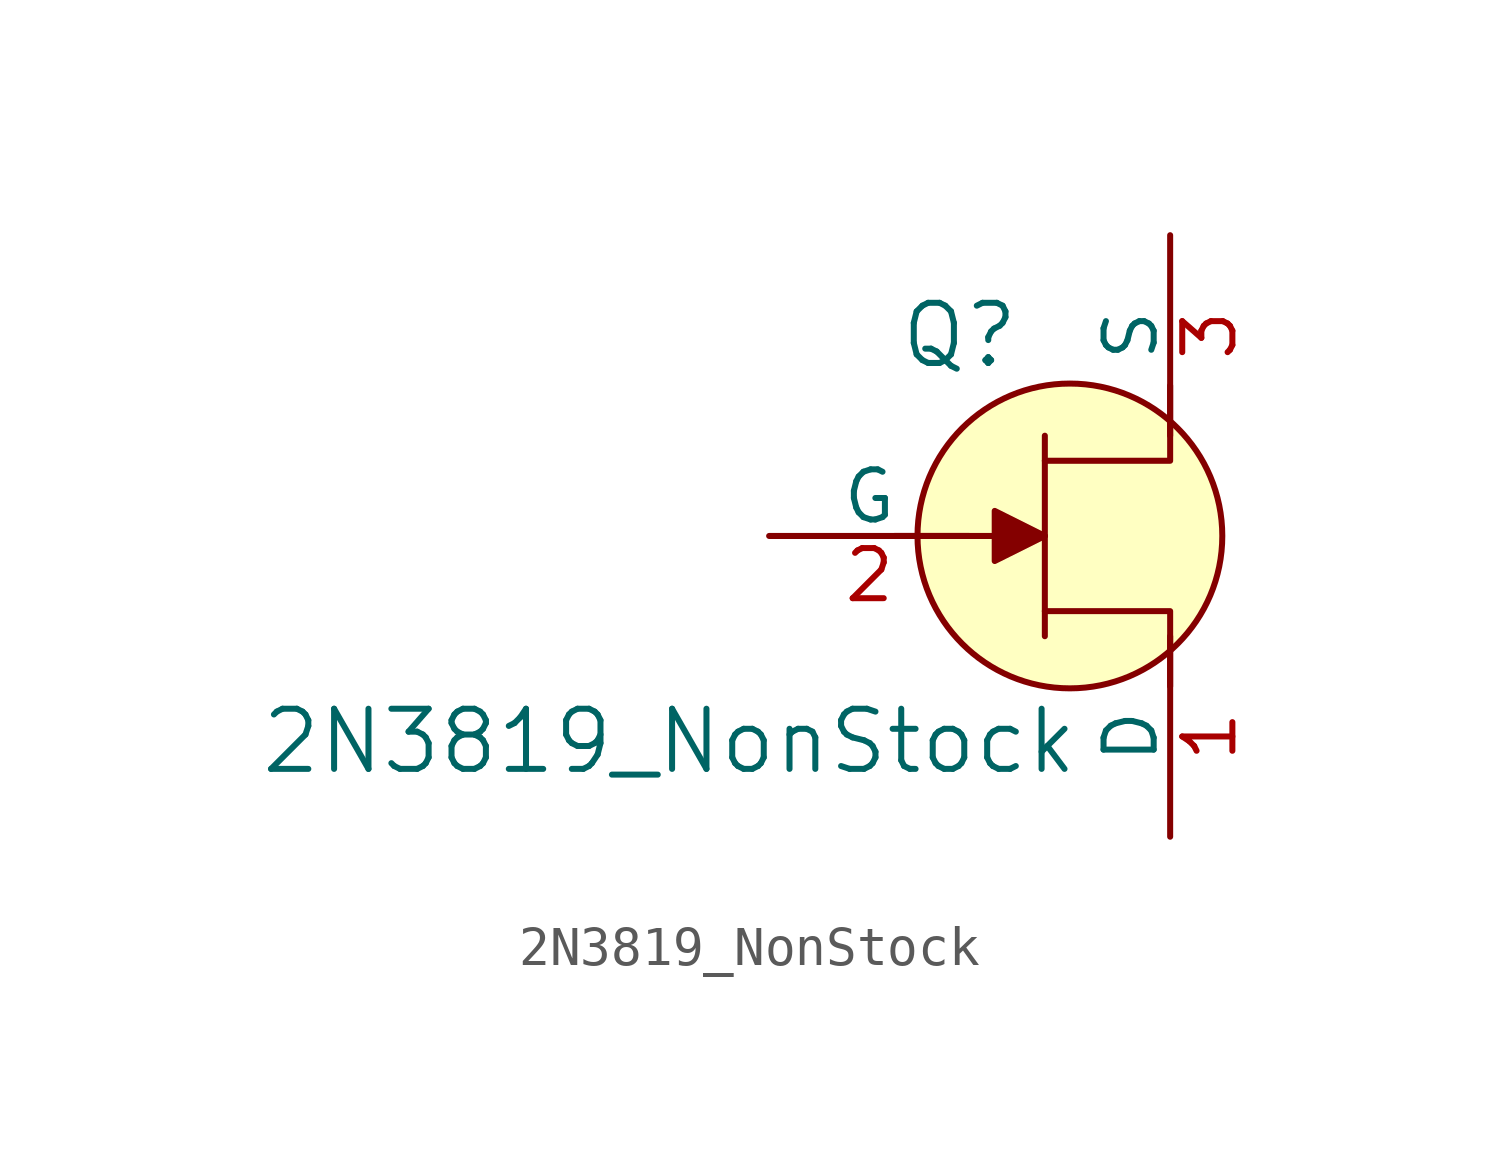
<source format=kicad_sym>
(kicad_symbol_lib
  (version 20231120)
  (generator "kicad_symbol_editor")
  (generator_version "8.0")
  (symbol "2N3819_NonStock"
    (pin_names
      (offset 0))
    (property "Reference" "Q"
      (at -2.794 5.08 0)
      (effects (font (size 1.524 1.524))))
    (property "Value" "2N3819_NonStock"
      (at 0.254 -6.096 0)
      (effects (font (size 1.524 1.524)) (justify right bottom)))
    (symbol "2N3819_NonStock_0_1"
      (polyline (pts (xy -0.635 -2.54) (xy -0.635 2.54)) (stroke (width 0) (type default)) (fill (type none)))
      (polyline (pts (xy -0.635 0) (xy -4.445 0)) (stroke (width 0) (type default)) (fill (type none)))
      (polyline (pts (xy -0.635 -1.905) (xy 2.54 -1.905) (xy 2.54 -3.81)) (stroke (width 0) (type default)) (fill (type none)))
      (polyline (pts (xy -0.635 1.905) (xy 2.54 1.905) (xy 2.54 3.81)) (stroke (width 0) (type default)) (fill (type none))))
    (symbol "2N3819_NonStock_1_1"
      (polyline (pts (xy -1.905 0.635) (xy -1.905 -0.635) (xy -0.635 0) (xy -1.905 0.635)) (stroke (width 0) (type default)) (fill (type outline)))
      (circle (center 0 0) (radius 3.861) (stroke (width 0) (type default)) (fill (type background)))
      (pin bidirectional line (at 2.54 -7.62 90) (length 5.08) (name "D" (effects (font (size 1.27 1.27)))) (number "1" (effects (font (size 1.27 1.27)))))
      (pin input line (at -7.62 0 0) (length 5.08) (name "G" (effects (font (size 1.27 1.27)))) (number "2" (effects (font (size 1.27 1.27)))))
      (pin bidirectional line (at 2.54 7.62 270) (length 5.08) (name "S" (effects (font (size 1.27 1.27)))) (number "3" (effects (font (size 1.27 1.27))))))))
</source>
